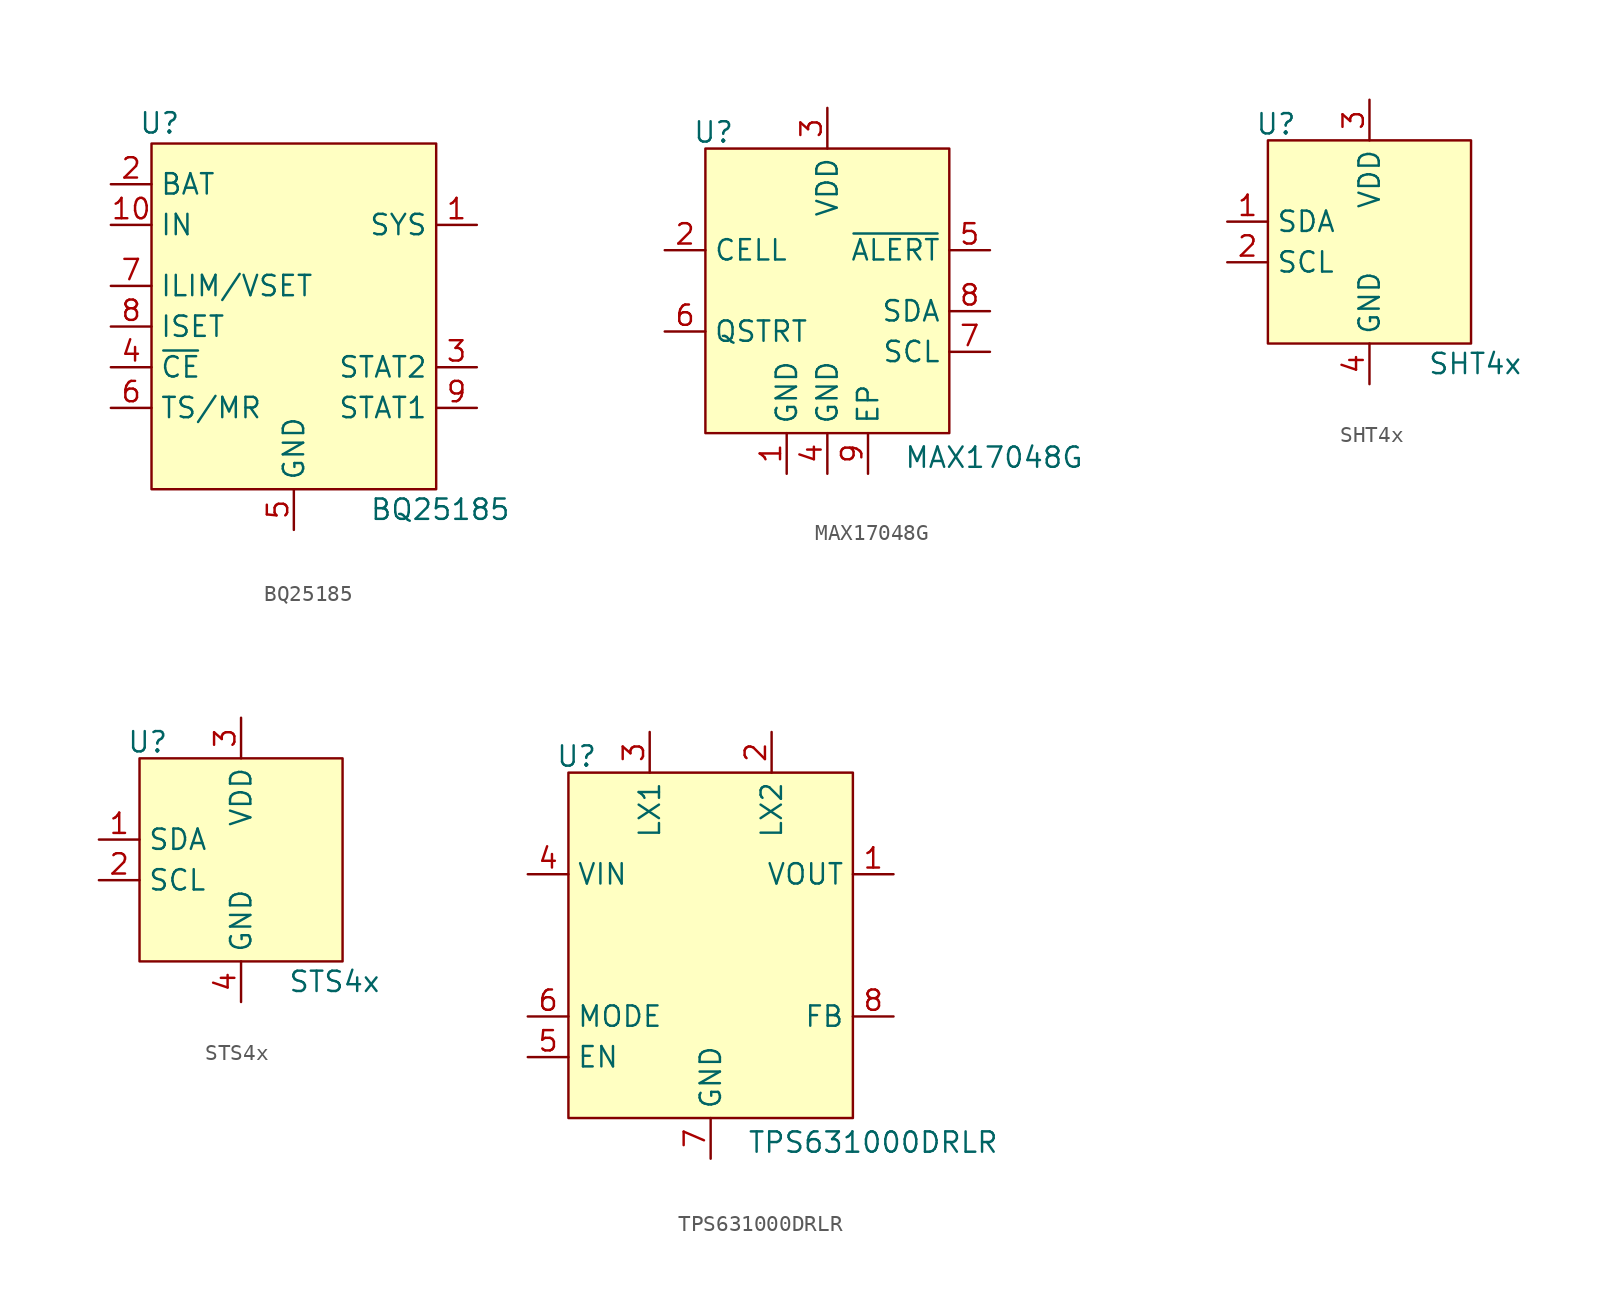
<source format=kicad_sym>
(kicad_symbol_lib
  (version 20241209)
  (generator "kicad_symbol_editor")
  (generator_version "9.0")
  (symbol "BQ25185"
    (property "Reference" "U"
      (at -8.382 11.43 0)
      (effects (font (size 1.27 1.27))))
    (property "Value" "BQ25185"
      (at 9.144 -12.7 0)
      (effects (font (size 1.27 1.27))))
    (symbol "BQ25185_1_1"
      (rectangle (start -8.89 10.16) (end 8.89 -11.43) (stroke (width 0) (type solid)) (fill (type background)))
      (pin power_in line (at -11.43 7.62 0) (length 2.54) (name "BAT" (effects (font (size 1.27 1.27)))) (number "2" (effects (font (size 1.27 1.27)))))
      (pin power_in line (at -11.43 5.08 0) (length 2.54) (name "IN" (effects (font (size 1.27 1.27)))) (number "10" (effects (font (size 1.27 1.27)))))
      (pin bidirectional line (at -11.43 1.27 0) (length 2.54) (name "ILIM/VSET" (effects (font (size 1.27 1.27)))) (number "7" (effects (font (size 1.27 1.27)))))
      (pin bidirectional line (at -11.43 -1.27 0) (length 2.54) (name "ISET" (effects (font (size 1.27 1.27)))) (number "8" (effects (font (size 1.27 1.27)))))
      (pin input line (at -11.43 -3.81 0) (length 2.54) (name "~{CE}" (effects (font (size 1.27 1.27)))) (number "4" (effects (font (size 1.27 1.27)))))
      (pin bidirectional line (at -11.43 -6.35 0) (length 2.54) (name "TS/MR" (effects (font (size 1.27 1.27)))) (number "6" (effects (font (size 1.27 1.27)))))
      (pin power_in line (at 0 -13.97 90) (length 2.54) (name "GND" (effects (font (size 1.27 1.27)))) (number "5" (effects (font (size 1.27 1.27)))))
      (pin power_out line (at 11.43 5.08 180) (length 2.54) (name "SYS" (effects (font (size 1.27 1.27)))) (number "1" (effects (font (size 1.27 1.27)))))
      (pin open_collector line (at 11.43 -3.81 180) (length 2.54) (name "STAT2" (effects (font (size 1.27 1.27)))) (number "3" (effects (font (size 1.27 1.27)))))
      (pin open_collector line (at 11.43 -6.35 180) (length 2.54) (name "STAT1" (effects (font (size 1.27 1.27)))) (number "9" (effects (font (size 1.27 1.27)))))))
  (symbol "MAX17048G"
    (property "Reference" "U"
      (at -7.112 9.906 0)
      (effects (font (size 1.27 1.27))))
    (property "Value" "MAX17048G"
      (at 10.414 -10.414 0)
      (effects (font (size 1.27 1.27))))
    (symbol "MAX17048G_1_1"
      (rectangle (start -7.62 8.89) (end 7.62 -8.89) (stroke (width 0) (type solid)) (fill (type background)))
      (pin power_in line (at -10.16 2.54 0) (length 2.54) (name "CELL" (effects (font (size 1.27 1.27)))) (number "2" (effects (font (size 1.27 1.27)))))
      (pin input line (at -10.16 -2.54 0) (length 2.54) (name "QSTRT" (effects (font (size 1.27 1.27)))) (number "6" (effects (font (size 1.27 1.27)))))
      (pin power_in line (at -2.54 -11.43 90) (length 2.54) (name "GND" (effects (font (size 1.27 1.27)))) (number "1" (effects (font (size 1.27 1.27)))))
      (pin power_in line (at 0 11.43 270) (length 2.54) (name "VDD" (effects (font (size 1.27 1.27)))) (number "3" (effects (font (size 1.27 1.27)))))
      (pin power_in line (at 0 -11.43 90) (length 2.54) (name "GND" (effects (font (size 1.27 1.27)))) (number "4" (effects (font (size 1.27 1.27)))))
      (pin power_in line (at 2.54 -11.43 90) (length 2.54) (name "EP" (effects (font (size 1.27 1.27)))) (number "9" (effects (font (size 1.27 1.27)))))
      (pin open_collector line (at 10.16 2.54 180) (length 2.54) (name "~{ALERT}" (effects (font (size 1.27 1.27)))) (number "5" (effects (font (size 1.27 1.27)))))
      (pin bidirectional line (at 10.16 -1.27 180) (length 2.54) (name "SDA" (effects (font (size 1.27 1.27)))) (number "8" (effects (font (size 1.27 1.27)))))
      (pin bidirectional line (at 10.16 -3.81 180) (length 2.54) (name "SCL" (effects (font (size 1.27 1.27)))) (number "7" (effects (font (size 1.27 1.27)))))))
  (symbol "SHT4x"
    (property "Reference" "U"
      (at -5.842 7.366 0)
      (effects (font (size 1.27 1.27))))
    (property "Value" "SHT4x"
      (at 6.604 -7.62 0)
      (effects (font (size 1.27 1.27))))
    (symbol "SHT4x_1_1"
      (rectangle (start -6.35 6.35) (end 6.35 -6.35) (stroke (width 0) (type solid)) (fill (type background)))
      (pin bidirectional line (at -8.89 1.27 0) (length 2.54) (name "SDA" (effects (font (size 1.27 1.27)))) (number "1" (effects (font (size 1.27 1.27)))))
      (pin bidirectional line (at -8.89 -1.27 0) (length 2.54) (name "SCL" (effects (font (size 1.27 1.27)))) (number "2" (effects (font (size 1.27 1.27)))))
      (pin power_in line (at 0 8.89 270) (length 2.54) (name "VDD" (effects (font (size 1.27 1.27)))) (number "3" (effects (font (size 1.27 1.27)))))
      (pin power_in line (at 0 -8.89 90) (length 2.54) (name "GND" (effects (font (size 1.27 1.27)))) (number "4" (effects (font (size 1.27 1.27)))))))
  (symbol "STS4x"
    (property "Reference" "U"
      (at -5.842 7.366 0)
      (effects (font (size 1.27 1.27))))
    (property "Value" "STS4x"
      (at 5.842 -7.62 0)
      (effects (font (size 1.27 1.27))))
    (symbol "STS4x_1_1"
      (rectangle (start -6.35 6.35) (end 6.35 -6.35) (stroke (width 0) (type solid)) (fill (type background)))
      (pin bidirectional line (at -8.89 1.27 0) (length 2.54) (name "SDA" (effects (font (size 1.27 1.27)))) (number "1" (effects (font (size 1.27 1.27)))))
      (pin bidirectional line (at -8.89 -1.27 0) (length 2.54) (name "SCL" (effects (font (size 1.27 1.27)))) (number "2" (effects (font (size 1.27 1.27)))))
      (pin power_in line (at 0 8.89 270) (length 2.54) (name "VDD" (effects (font (size 1.27 1.27)))) (number "3" (effects (font (size 1.27 1.27)))))
      (pin power_in line (at 0 -8.89 90) (length 2.54) (name "GND" (effects (font (size 1.27 1.27)))) (number "4" (effects (font (size 1.27 1.27)))))))
  (symbol "TPS631000DRLR"
    (property "Reference" "U"
      (at -8.382 11.176 0)
      (effects (font (size 1.27 1.27))))
    (property "Value" "TPS631000DRLR"
      (at 10.16 -12.954 0)
      (effects (font (size 1.27 1.27))))
    (symbol "TPS631000DRLR_1_1"
      (rectangle (start -8.89 10.16) (end 8.89 -11.43) (stroke (width 0) (type solid)) (fill (type background)))
      (pin power_in line (at -11.43 3.81 0) (length 2.54) (name "VIN" (effects (font (size 1.27 1.27)))) (number "4" (effects (font (size 1.27 1.27)))))
      (pin input line (at -11.43 -5.08 0) (length 2.54) (name "MODE" (effects (font (size 1.27 1.27)))) (number "6" (effects (font (size 1.27 1.27)))))
      (pin input line (at -11.43 -7.62 0) (length 2.54) (name "EN" (effects (font (size 1.27 1.27)))) (number "5" (effects (font (size 1.27 1.27)))))
      (pin bidirectional line (at -3.81 12.7 270) (length 2.54) (name "LX1" (effects (font (size 1.27 1.27)))) (number "3" (effects (font (size 1.27 1.27)))))
      (pin power_in line (at 0 -13.97 90) (length 2.54) (name "GND" (effects (font (size 1.27 1.27)))) (number "7" (effects (font (size 1.27 1.27)))))
      (pin bidirectional line (at 3.81 12.7 270) (length 2.54) (name "LX2" (effects (font (size 1.27 1.27)))) (number "2" (effects (font (size 1.27 1.27)))))
      (pin power_out line (at 11.43 3.81 180) (length 2.54) (name "VOUT" (effects (font (size 1.27 1.27)))) (number "1" (effects (font (size 1.27 1.27)))))
      (pin input line (at 11.43 -5.08 180) (length 2.54) (name "FB" (effects (font (size 1.27 1.27)))) (number "8" (effects (font (size 1.27 1.27))))))))
</source>
